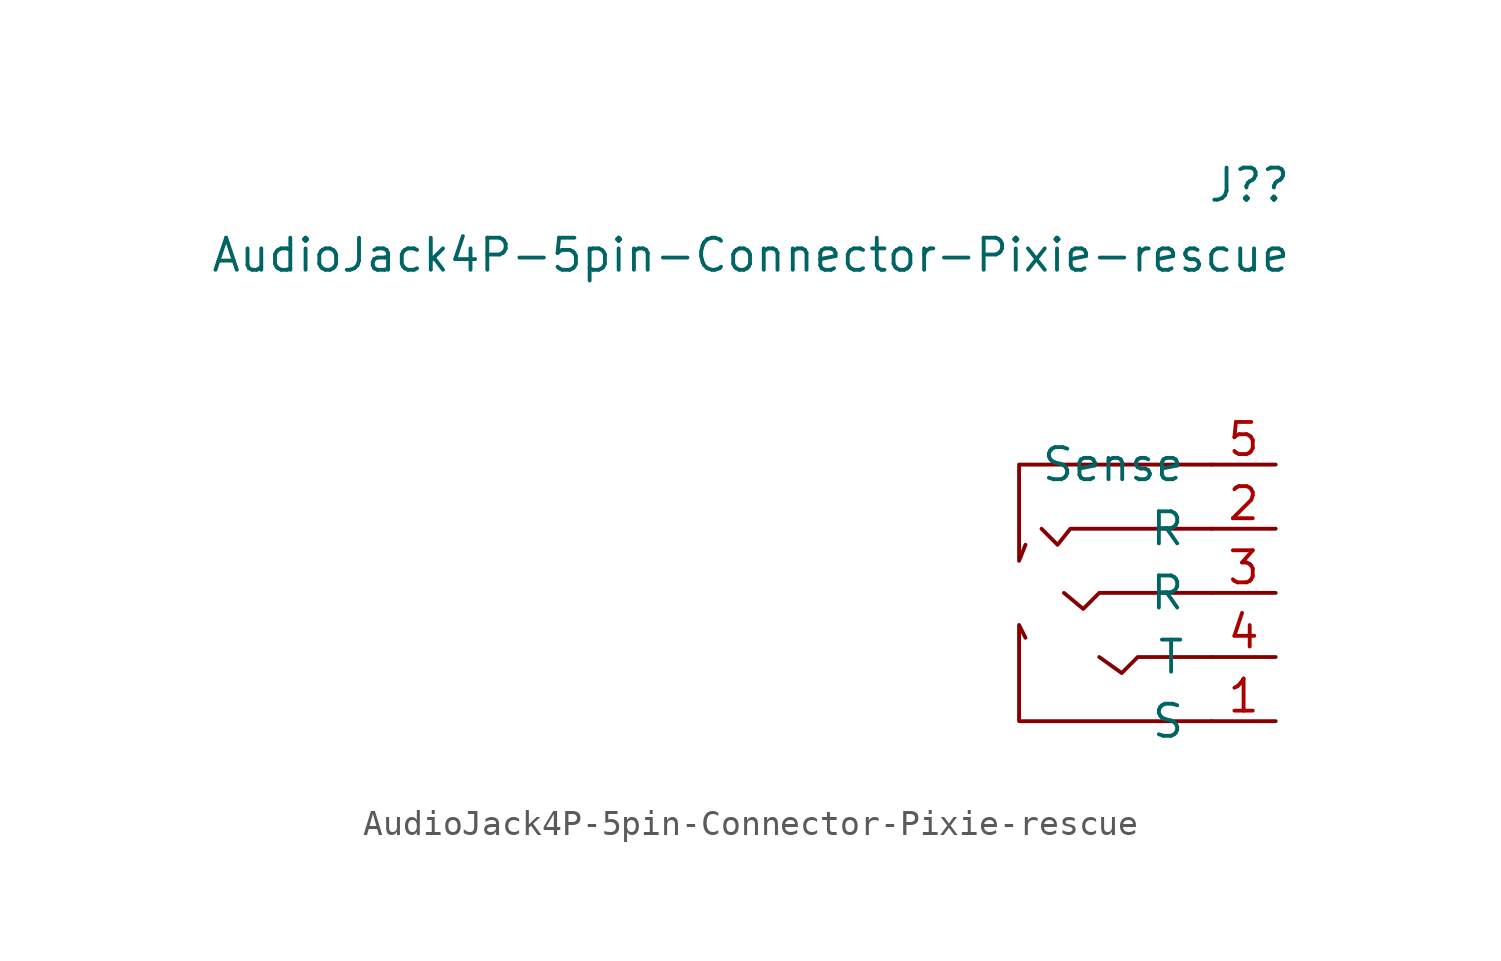
<source format=kicad_sym>
(kicad_symbol_lib
  (version 20211014)
  (generator kicad_symbol_editor)
  (symbol "AudioJack4P-5pin-Connector-Pixie-rescue"
    (pin_names
      (offset 1.016))
    (property "Reference" "J?"
      (at 5.715 8.528 0)
      (effects (font (size 1.27 1.27)) (justify right)))
    (property "Value" "AudioJack4P-5pin-Connector-Pixie-rescue"
      (at 5.715 5.753 0)
      (effects (font (size 1.27 1.27)) (justify right)))
    (symbol "AudioJack4P-5pin-Connector-Pixie-rescue_0_1"
      (polyline (pts (xy 2.54 -12.7) (xy -5.08 -12.7) (xy -5.08 -8.89) (xy -4.826 -9.398)) (stroke (width 0) (type default) (color 0 0 0 0)) (fill (type none)))
      (polyline (pts (xy 2.54 -10.16) (xy -0.381 -10.16) (xy -1.016 -10.795) (xy -1.905 -10.16)) (stroke (width 0) (type default) (color 0 0 0 0)) (fill (type none)))
      (polyline (pts (xy 2.54 -7.62) (xy -1.905 -7.62) (xy -2.54 -8.255) (xy -3.302 -7.62)) (stroke (width 0) (type default) (color 0 0 0 0)) (fill (type none)))
      (polyline (pts (xy 2.54 -5.08) (xy -3.048 -5.08) (xy -3.556 -5.715) (xy -4.191 -5.08)) (stroke (width 0) (type default) (color 0 0 0 0)) (fill (type none)))
      (polyline (pts (xy 2.54 -2.54) (xy -5.08 -2.54) (xy -5.08 -6.35) (xy -4.826 -5.715)) (stroke (width 0) (type default) (color 0 0 0 0)) (fill (type none))))
    (symbol "AudioJack4P-5pin-Connector-Pixie-rescue_1_1"
      (pin passive line (at 5.08 -12.7 180) (length 2.54) (name "S" (effects (font (size 1.27 1.27)))) (number "1" (effects (font (size 1.27 1.27)))))
      (pin passive line (at 5.08 -5.08 180) (length 2.54) (name "R" (effects (font (size 1.27 1.27)))) (number "2" (effects (font (size 1.27 1.27)))))
      (pin passive line (at 5.08 -7.62 180) (length 2.54) (name "R" (effects (font (size 1.27 1.27)))) (number "3" (effects (font (size 1.27 1.27)))))
      (pin passive line (at 5.08 -10.16 180) (length 2.54) (name "T" (effects (font (size 1.27 1.27)))) (number "4" (effects (font (size 1.27 1.27)))))
      (pin passive line (at 5.08 -2.54 180) (length 2.54) (name "Sense" (effects (font (size 1.27 1.27)))) (number "5" (effects (font (size 1.27 1.27))))))))
</source>
